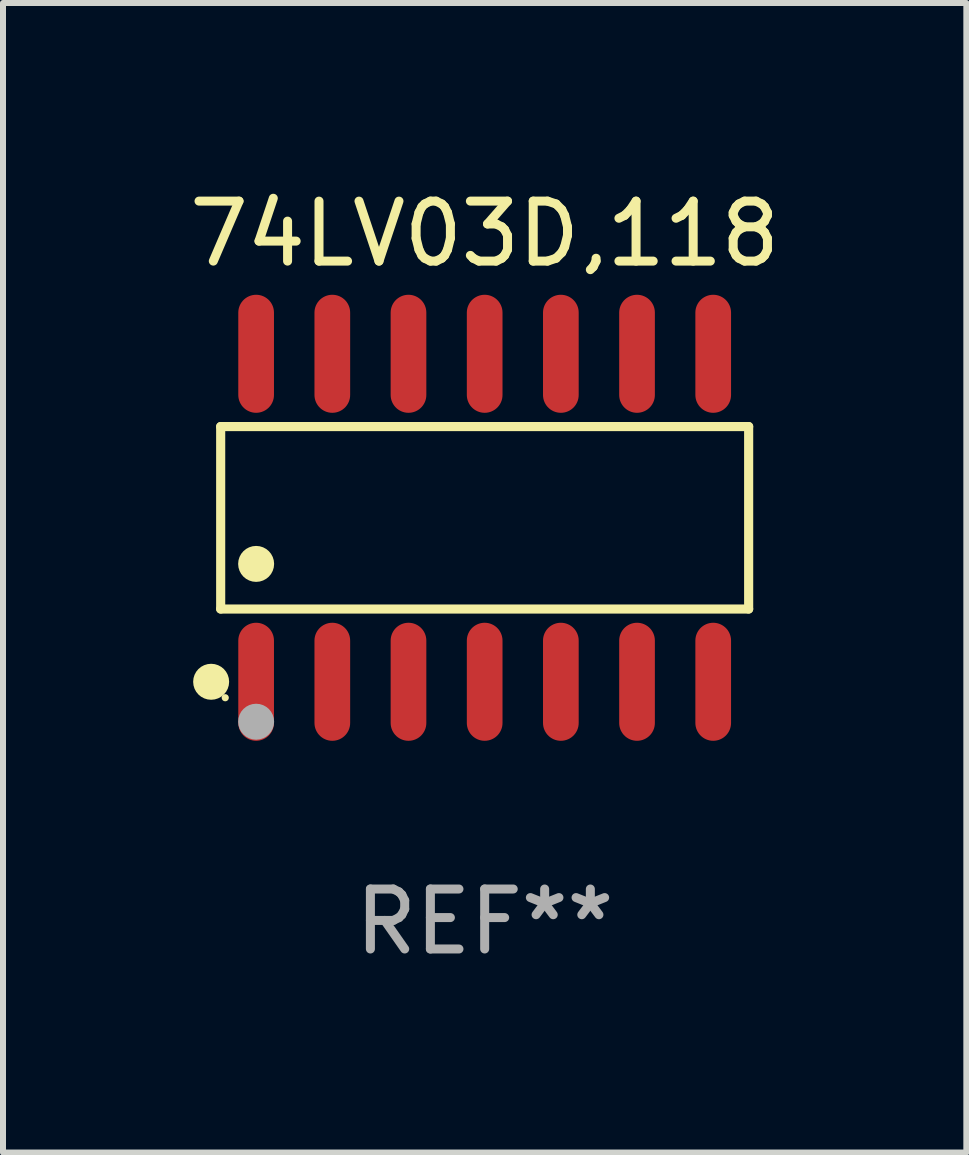
<source format=kicad_pcb>
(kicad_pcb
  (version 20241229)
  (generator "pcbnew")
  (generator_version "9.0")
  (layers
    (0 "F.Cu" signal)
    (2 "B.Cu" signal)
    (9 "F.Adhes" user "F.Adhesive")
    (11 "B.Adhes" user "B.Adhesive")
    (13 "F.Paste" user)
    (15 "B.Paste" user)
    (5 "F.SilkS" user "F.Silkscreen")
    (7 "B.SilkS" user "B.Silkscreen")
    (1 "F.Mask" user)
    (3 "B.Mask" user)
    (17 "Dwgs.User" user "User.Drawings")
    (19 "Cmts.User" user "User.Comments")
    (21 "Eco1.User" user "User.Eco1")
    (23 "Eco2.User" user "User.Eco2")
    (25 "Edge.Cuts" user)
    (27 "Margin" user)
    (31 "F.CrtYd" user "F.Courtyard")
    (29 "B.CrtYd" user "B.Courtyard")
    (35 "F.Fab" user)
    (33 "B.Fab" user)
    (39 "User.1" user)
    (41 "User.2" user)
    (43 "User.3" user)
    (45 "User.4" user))
  (footprint "74LV03D,118"
    (layer "F.Cu")
    (at 5.03 5.582)
    (property "Reference" "74LV03D,118" (at 0 -4.734 0) (layer "F.SilkS") (effects (font (size 1 1) (thickness 0.15))))
    (attr through_hole)
    (fp_line (start -4.401 -1.521) (end 4.401 -1.521) (stroke (width 0.152) (type solid)) (layer "F.SilkS"))
    (fp_line (start -4.401 1.521) (end -4.401 -1.521) (stroke (width 0.152) (type solid)) (layer "F.SilkS"))
    (fp_line (start 4.401 -1.521) (end 4.401 1.521) (stroke (width 0.152) (type solid)) (layer "F.SilkS"))
    (fp_line (start 4.401 1.521) (end -4.401 1.521) (stroke (width 0.152) (type solid)) (layer "F.SilkS"))
    (fp_circle (center -4.56 2.734) (end -4.41 2.734) (stroke (width 0.3) (type solid)) (fill no) (layer "F.SilkS"))
    (fp_circle (center -4.325 3) (end -4.295 3) (stroke (width 0.06) (type solid)) (fill no) (layer "F.SilkS"))
    (fp_circle (center -3.81 0.769) (end -3.66 0.769) (stroke (width 0.3) (type solid)) (fill no) (layer "F.SilkS"))
    (fp_circle (center -3.81 3.4) (end -3.66 3.4) (stroke (width 0.3) (type solid)) (fill no) (layer "F.Fab"))
    (fp_text user "REF**" (at 0 6.734 0) (layer "F.Fab") (effects (font (size 1 1) (thickness 0.15))))
    (pad "1" smd oval (at -3.81 2.734) (size 0.595 1.968) (layers "F.Cu" "F.Mask" "F.Paste"))
    (pad "2" smd oval (at -2.54 2.734) (size 0.595 1.968) (layers "F.Cu" "F.Mask" "F.Paste"))
    (pad "3" smd oval (at -1.27 2.734) (size 0.595 1.968) (layers "F.Cu" "F.Mask" "F.Paste"))
    (pad "4" smd oval (at 0 2.734) (size 0.595 1.968) (layers "F.Cu" "F.Mask" "F.Paste"))
    (pad "5" smd oval (at 1.27 2.734) (size 0.595 1.968) (layers "F.Cu" "F.Mask" "F.Paste"))
    (pad "6" smd oval (at 2.54 2.734) (size 0.595 1.968) (layers "F.Cu" "F.Mask" "F.Paste"))
    (pad "7" smd oval (at 3.81 2.734) (size 0.595 1.968) (layers "F.Cu" "F.Mask" "F.Paste"))
    (pad "8" smd oval (at 3.81 -2.734) (size 0.595 1.968) (layers "F.Cu" "F.Mask" "F.Paste"))
    (pad "9" smd oval (at 2.54 -2.734) (size 0.595 1.968) (layers "F.Cu" "F.Mask" "F.Paste"))
    (pad "10" smd oval (at 1.27 -2.734) (size 0.595 1.968) (layers "F.Cu" "F.Mask" "F.Paste"))
    (pad "11" smd oval (at 0 -2.734) (size 0.595 1.968) (layers "F.Cu" "F.Mask" "F.Paste"))
    (pad "12" smd oval (at -1.27 -2.734) (size 0.595 1.968) (layers "F.Cu" "F.Mask" "F.Paste"))
    (pad "13" smd oval (at -2.54 -2.734) (size 0.595 1.968) (layers "F.Cu" "F.Mask" "F.Paste"))
    (pad "14" smd oval (at -3.81 -2.734) (size 0.595 1.968) (layers "F.Cu" "F.Mask" "F.Paste")))
  (gr_rect
    (start -3 -3)
    (end 13.06 16.164)
    (stroke (width 0.1) (type default))
    (fill no)
    (layer "Edge.Cuts")))
</source>
